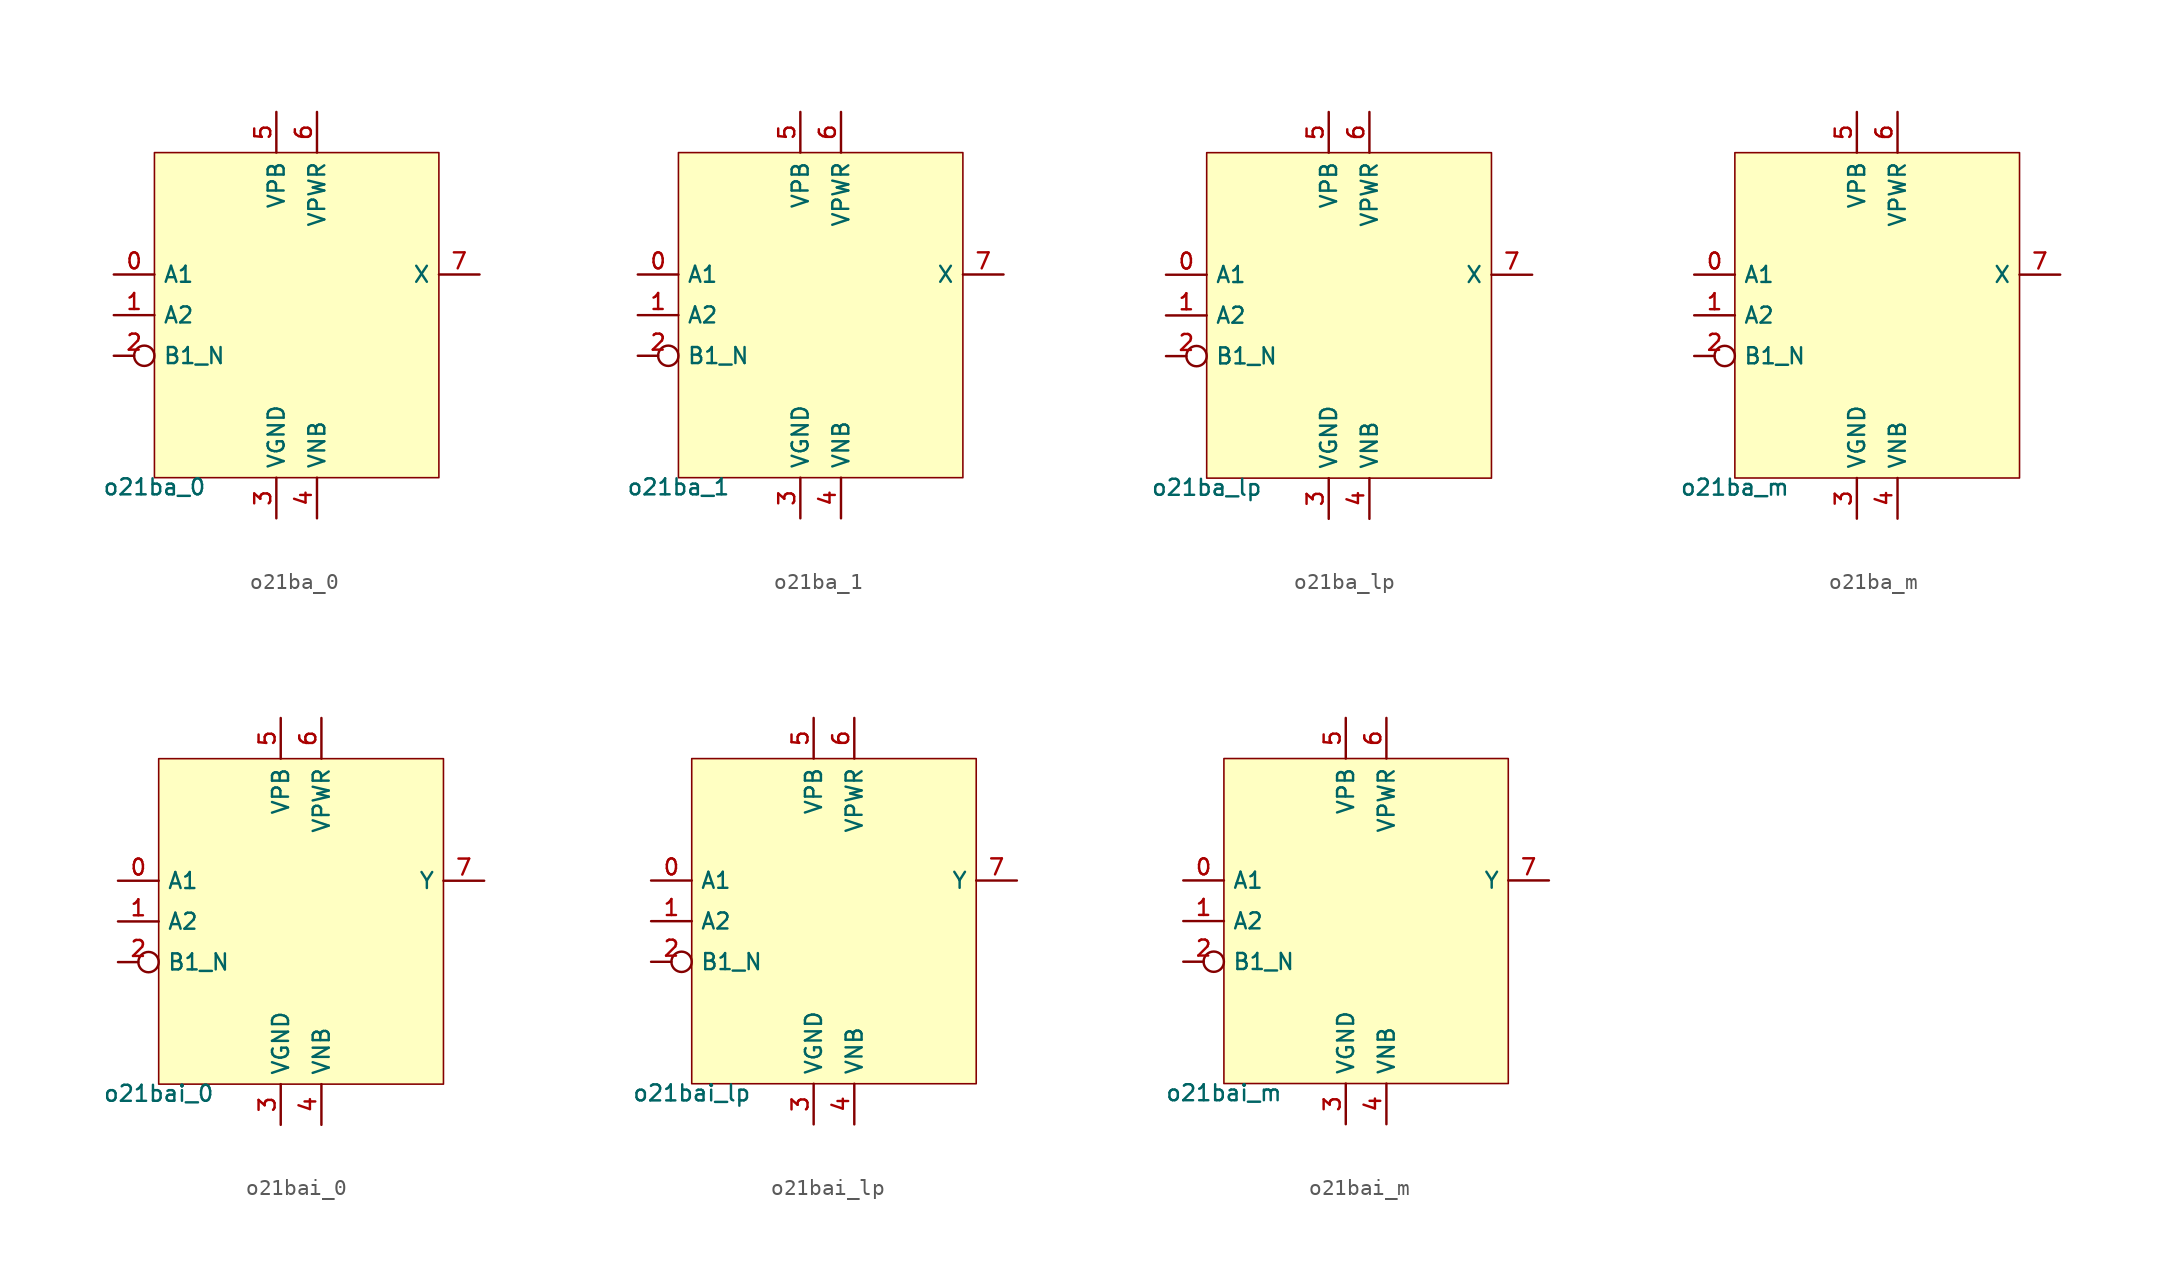
<source format=kicad_sym>
(kicad_symbol_lib
  (version 20211014)
  (generator pdk2kicad)
  (symbol "o21ba_0"
    (property "Reference" "X"
      (at 0 0 0)
      (effects (font (size 1 1)) hide))
    (property "Value" "o21ba_0"
      (at -8.89 -10.16 0)
      (effects (font (size 1 1)) (justify top)))
    (rectangle
      (start -8.89 -10.16)
      (end 8.89 10.16)
      (stroke (width 0.1) (type solid) (color 0 0 0 0))
      (fill (type background)))
    (pin input line
      (at -11.43 2.54 0)
      (length 2.54)
      (name "A1" (effects (font (size 1 1)) hide))
      (number "0" (effects (font (size 1 1)) hide)))
    (pin input line
      (at -11.43 0.0 0)
      (length 2.54)
      (name "A2" (effects (font (size 1 1)) hide))
      (number "1" (effects (font (size 1 1)) hide)))
    (pin input inverted
      (at -11.43 -2.54 0)
      (length 2.54)
      (name "B1_N" (effects (font (size 1 1)) hide))
      (number "2" (effects (font (size 1 1)) hide)))
    (pin power_in line
      (at -1.27 -12.7 90)
      (length 2.54)
      (name "VGND" (effects (font (size 1 1)) hide))
      (number "3" (effects (font (size 1 1)) hide)))
    (pin power_in line
      (at 1.27 -12.7 90)
      (length 2.54)
      (name "VNB" (effects (font (size 1 1)) hide))
      (number "4" (effects (font (size 1 1)) hide)))
    (pin power_in line
      (at -1.27 12.7 270)
      (length 2.54)
      (name "VPB" (effects (font (size 1 1)) hide))
      (number "5" (effects (font (size 1 1)) hide)))
    (pin power_in line
      (at 1.27 12.7 270)
      (length 2.54)
      (name "VPWR" (effects (font (size 1 1)) hide))
      (number "6" (effects (font (size 1 1)) hide)))
    (pin output line
      (at 11.43 2.54 180)
      (length 2.54)
      (name "X" (effects (font (size 1 1)) hide))
      (number "7" (effects (font (size 1 1)) hide))))
  (symbol "o21ba_1"
    (property "Reference" "X"
      (at 0 0 0)
      (effects (font (size 1 1)) hide))
    (property "Value" "o21ba_1"
      (at -8.89 -10.16 0)
      (effects (font (size 1 1)) (justify top)))
    (rectangle
      (start -8.89 -10.16)
      (end 8.89 10.16)
      (stroke (width 0.1) (type solid) (color 0 0 0 0))
      (fill (type background)))
    (pin input line
      (at -11.43 2.54 0)
      (length 2.54)
      (name "A1" (effects (font (size 1 1)) hide))
      (number "0" (effects (font (size 1 1)) hide)))
    (pin input line
      (at -11.43 0.0 0)
      (length 2.54)
      (name "A2" (effects (font (size 1 1)) hide))
      (number "1" (effects (font (size 1 1)) hide)))
    (pin input inverted
      (at -11.43 -2.54 0)
      (length 2.54)
      (name "B1_N" (effects (font (size 1 1)) hide))
      (number "2" (effects (font (size 1 1)) hide)))
    (pin power_in line
      (at -1.27 -12.7 90)
      (length 2.54)
      (name "VGND" (effects (font (size 1 1)) hide))
      (number "3" (effects (font (size 1 1)) hide)))
    (pin power_in line
      (at 1.27 -12.7 90)
      (length 2.54)
      (name "VNB" (effects (font (size 1 1)) hide))
      (number "4" (effects (font (size 1 1)) hide)))
    (pin power_in line
      (at -1.27 12.7 270)
      (length 2.54)
      (name "VPB" (effects (font (size 1 1)) hide))
      (number "5" (effects (font (size 1 1)) hide)))
    (pin power_in line
      (at 1.27 12.7 270)
      (length 2.54)
      (name "VPWR" (effects (font (size 1 1)) hide))
      (number "6" (effects (font (size 1 1)) hide)))
    (pin output line
      (at 11.43 2.54 180)
      (length 2.54)
      (name "X" (effects (font (size 1 1)) hide))
      (number "7" (effects (font (size 1 1)) hide))))
  (symbol "o21ba_lp"
    (property "Reference" "X"
      (at 0 0 0)
      (effects (font (size 1 1)) hide))
    (property "Value" "o21ba_lp"
      (at -8.89 -10.16 0)
      (effects (font (size 1 1)) (justify top)))
    (rectangle
      (start -8.89 -10.16)
      (end 8.89 10.16)
      (stroke (width 0.1) (type solid) (color 0 0 0 0))
      (fill (type background)))
    (pin input line
      (at -11.43 2.54 0)
      (length 2.54)
      (name "A1" (effects (font (size 1 1)) hide))
      (number "0" (effects (font (size 1 1)) hide)))
    (pin input line
      (at -11.43 0.0 0)
      (length 2.54)
      (name "A2" (effects (font (size 1 1)) hide))
      (number "1" (effects (font (size 1 1)) hide)))
    (pin input inverted
      (at -11.43 -2.54 0)
      (length 2.54)
      (name "B1_N" (effects (font (size 1 1)) hide))
      (number "2" (effects (font (size 1 1)) hide)))
    (pin power_in line
      (at -1.27 -12.7 90)
      (length 2.54)
      (name "VGND" (effects (font (size 1 1)) hide))
      (number "3" (effects (font (size 1 1)) hide)))
    (pin power_in line
      (at 1.27 -12.7 90)
      (length 2.54)
      (name "VNB" (effects (font (size 1 1)) hide))
      (number "4" (effects (font (size 1 1)) hide)))
    (pin power_in line
      (at -1.27 12.7 270)
      (length 2.54)
      (name "VPB" (effects (font (size 1 1)) hide))
      (number "5" (effects (font (size 1 1)) hide)))
    (pin power_in line
      (at 1.27 12.7 270)
      (length 2.54)
      (name "VPWR" (effects (font (size 1 1)) hide))
      (number "6" (effects (font (size 1 1)) hide)))
    (pin output line
      (at 11.43 2.54 180)
      (length 2.54)
      (name "X" (effects (font (size 1 1)) hide))
      (number "7" (effects (font (size 1 1)) hide))))
  (symbol "o21ba_m"
    (property "Reference" "X"
      (at 0 0 0)
      (effects (font (size 1 1)) hide))
    (property "Value" "o21ba_m"
      (at -8.89 -10.16 0)
      (effects (font (size 1 1)) (justify top)))
    (rectangle
      (start -8.89 -10.16)
      (end 8.89 10.16)
      (stroke (width 0.1) (type solid) (color 0 0 0 0))
      (fill (type background)))
    (pin input line
      (at -11.43 2.54 0)
      (length 2.54)
      (name "A1" (effects (font (size 1 1)) hide))
      (number "0" (effects (font (size 1 1)) hide)))
    (pin input line
      (at -11.43 0.0 0)
      (length 2.54)
      (name "A2" (effects (font (size 1 1)) hide))
      (number "1" (effects (font (size 1 1)) hide)))
    (pin input inverted
      (at -11.43 -2.54 0)
      (length 2.54)
      (name "B1_N" (effects (font (size 1 1)) hide))
      (number "2" (effects (font (size 1 1)) hide)))
    (pin power_in line
      (at -1.27 -12.7 90)
      (length 2.54)
      (name "VGND" (effects (font (size 1 1)) hide))
      (number "3" (effects (font (size 1 1)) hide)))
    (pin power_in line
      (at 1.27 -12.7 90)
      (length 2.54)
      (name "VNB" (effects (font (size 1 1)) hide))
      (number "4" (effects (font (size 1 1)) hide)))
    (pin power_in line
      (at -1.27 12.7 270)
      (length 2.54)
      (name "VPB" (effects (font (size 1 1)) hide))
      (number "5" (effects (font (size 1 1)) hide)))
    (pin power_in line
      (at 1.27 12.7 270)
      (length 2.54)
      (name "VPWR" (effects (font (size 1 1)) hide))
      (number "6" (effects (font (size 1 1)) hide)))
    (pin output line
      (at 11.43 2.54 180)
      (length 2.54)
      (name "X" (effects (font (size 1 1)) hide))
      (number "7" (effects (font (size 1 1)) hide))))
  (symbol "o21bai_0"
    (property "Reference" "X"
      (at 0 0 0)
      (effects (font (size 1 1)) hide))
    (property "Value" "o21bai_0"
      (at -8.89 -10.16 0)
      (effects (font (size 1 1)) (justify top)))
    (rectangle
      (start -8.89 -10.16)
      (end 8.89 10.16)
      (stroke (width 0.1) (type solid) (color 0 0 0 0))
      (fill (type background)))
    (pin input line
      (at -11.43 2.54 0)
      (length 2.54)
      (name "A1" (effects (font (size 1 1)) hide))
      (number "0" (effects (font (size 1 1)) hide)))
    (pin input line
      (at -11.43 0.0 0)
      (length 2.54)
      (name "A2" (effects (font (size 1 1)) hide))
      (number "1" (effects (font (size 1 1)) hide)))
    (pin input inverted
      (at -11.43 -2.54 0)
      (length 2.54)
      (name "B1_N" (effects (font (size 1 1)) hide))
      (number "2" (effects (font (size 1 1)) hide)))
    (pin power_in line
      (at -1.27 -12.7 90)
      (length 2.54)
      (name "VGND" (effects (font (size 1 1)) hide))
      (number "3" (effects (font (size 1 1)) hide)))
    (pin power_in line
      (at 1.27 -12.7 90)
      (length 2.54)
      (name "VNB" (effects (font (size 1 1)) hide))
      (number "4" (effects (font (size 1 1)) hide)))
    (pin power_in line
      (at -1.27 12.7 270)
      (length 2.54)
      (name "VPB" (effects (font (size 1 1)) hide))
      (number "5" (effects (font (size 1 1)) hide)))
    (pin power_in line
      (at 1.27 12.7 270)
      (length 2.54)
      (name "VPWR" (effects (font (size 1 1)) hide))
      (number "6" (effects (font (size 1 1)) hide)))
    (pin output line
      (at 11.43 2.54 180)
      (length 2.54)
      (name "Y" (effects (font (size 1 1)) hide))
      (number "7" (effects (font (size 1 1)) hide))))
  (symbol "o21bai_lp"
    (property "Reference" "X"
      (at 0 0 0)
      (effects (font (size 1 1)) hide))
    (property "Value" "o21bai_lp"
      (at -8.89 -10.16 0)
      (effects (font (size 1 1)) (justify top)))
    (rectangle
      (start -8.89 -10.16)
      (end 8.89 10.16)
      (stroke (width 0.1) (type solid) (color 0 0 0 0))
      (fill (type background)))
    (pin input line
      (at -11.43 2.54 0)
      (length 2.54)
      (name "A1" (effects (font (size 1 1)) hide))
      (number "0" (effects (font (size 1 1)) hide)))
    (pin input line
      (at -11.43 0.0 0)
      (length 2.54)
      (name "A2" (effects (font (size 1 1)) hide))
      (number "1" (effects (font (size 1 1)) hide)))
    (pin input inverted
      (at -11.43 -2.54 0)
      (length 2.54)
      (name "B1_N" (effects (font (size 1 1)) hide))
      (number "2" (effects (font (size 1 1)) hide)))
    (pin power_in line
      (at -1.27 -12.7 90)
      (length 2.54)
      (name "VGND" (effects (font (size 1 1)) hide))
      (number "3" (effects (font (size 1 1)) hide)))
    (pin power_in line
      (at 1.27 -12.7 90)
      (length 2.54)
      (name "VNB" (effects (font (size 1 1)) hide))
      (number "4" (effects (font (size 1 1)) hide)))
    (pin power_in line
      (at -1.27 12.7 270)
      (length 2.54)
      (name "VPB" (effects (font (size 1 1)) hide))
      (number "5" (effects (font (size 1 1)) hide)))
    (pin power_in line
      (at 1.27 12.7 270)
      (length 2.54)
      (name "VPWR" (effects (font (size 1 1)) hide))
      (number "6" (effects (font (size 1 1)) hide)))
    (pin output line
      (at 11.43 2.54 180)
      (length 2.54)
      (name "Y" (effects (font (size 1 1)) hide))
      (number "7" (effects (font (size 1 1)) hide))))
  (symbol "o21bai_m"
    (property "Reference" "X"
      (at 0 0 0)
      (effects (font (size 1 1)) hide))
    (property "Value" "o21bai_m"
      (at -8.89 -10.16 0)
      (effects (font (size 1 1)) (justify top)))
    (rectangle
      (start -8.89 -10.16)
      (end 8.89 10.16)
      (stroke (width 0.1) (type solid) (color 0 0 0 0))
      (fill (type background)))
    (pin input line
      (at -11.43 2.54 0)
      (length 2.54)
      (name "A1" (effects (font (size 1 1)) hide))
      (number "0" (effects (font (size 1 1)) hide)))
    (pin input line
      (at -11.43 0.0 0)
      (length 2.54)
      (name "A2" (effects (font (size 1 1)) hide))
      (number "1" (effects (font (size 1 1)) hide)))
    (pin input inverted
      (at -11.43 -2.54 0)
      (length 2.54)
      (name "B1_N" (effects (font (size 1 1)) hide))
      (number "2" (effects (font (size 1 1)) hide)))
    (pin power_in line
      (at -1.27 -12.7 90)
      (length 2.54)
      (name "VGND" (effects (font (size 1 1)) hide))
      (number "3" (effects (font (size 1 1)) hide)))
    (pin power_in line
      (at 1.27 -12.7 90)
      (length 2.54)
      (name "VNB" (effects (font (size 1 1)) hide))
      (number "4" (effects (font (size 1 1)) hide)))
    (pin power_in line
      (at -1.27 12.7 270)
      (length 2.54)
      (name "VPB" (effects (font (size 1 1)) hide))
      (number "5" (effects (font (size 1 1)) hide)))
    (pin power_in line
      (at 1.27 12.7 270)
      (length 2.54)
      (name "VPWR" (effects (font (size 1 1)) hide))
      (number "6" (effects (font (size 1 1)) hide)))
    (pin output line
      (at 11.43 2.54 180)
      (length 2.54)
      (name "Y" (effects (font (size 1 1)) hide))
      (number "7" (effects (font (size 1 1)) hide)))))
</source>
